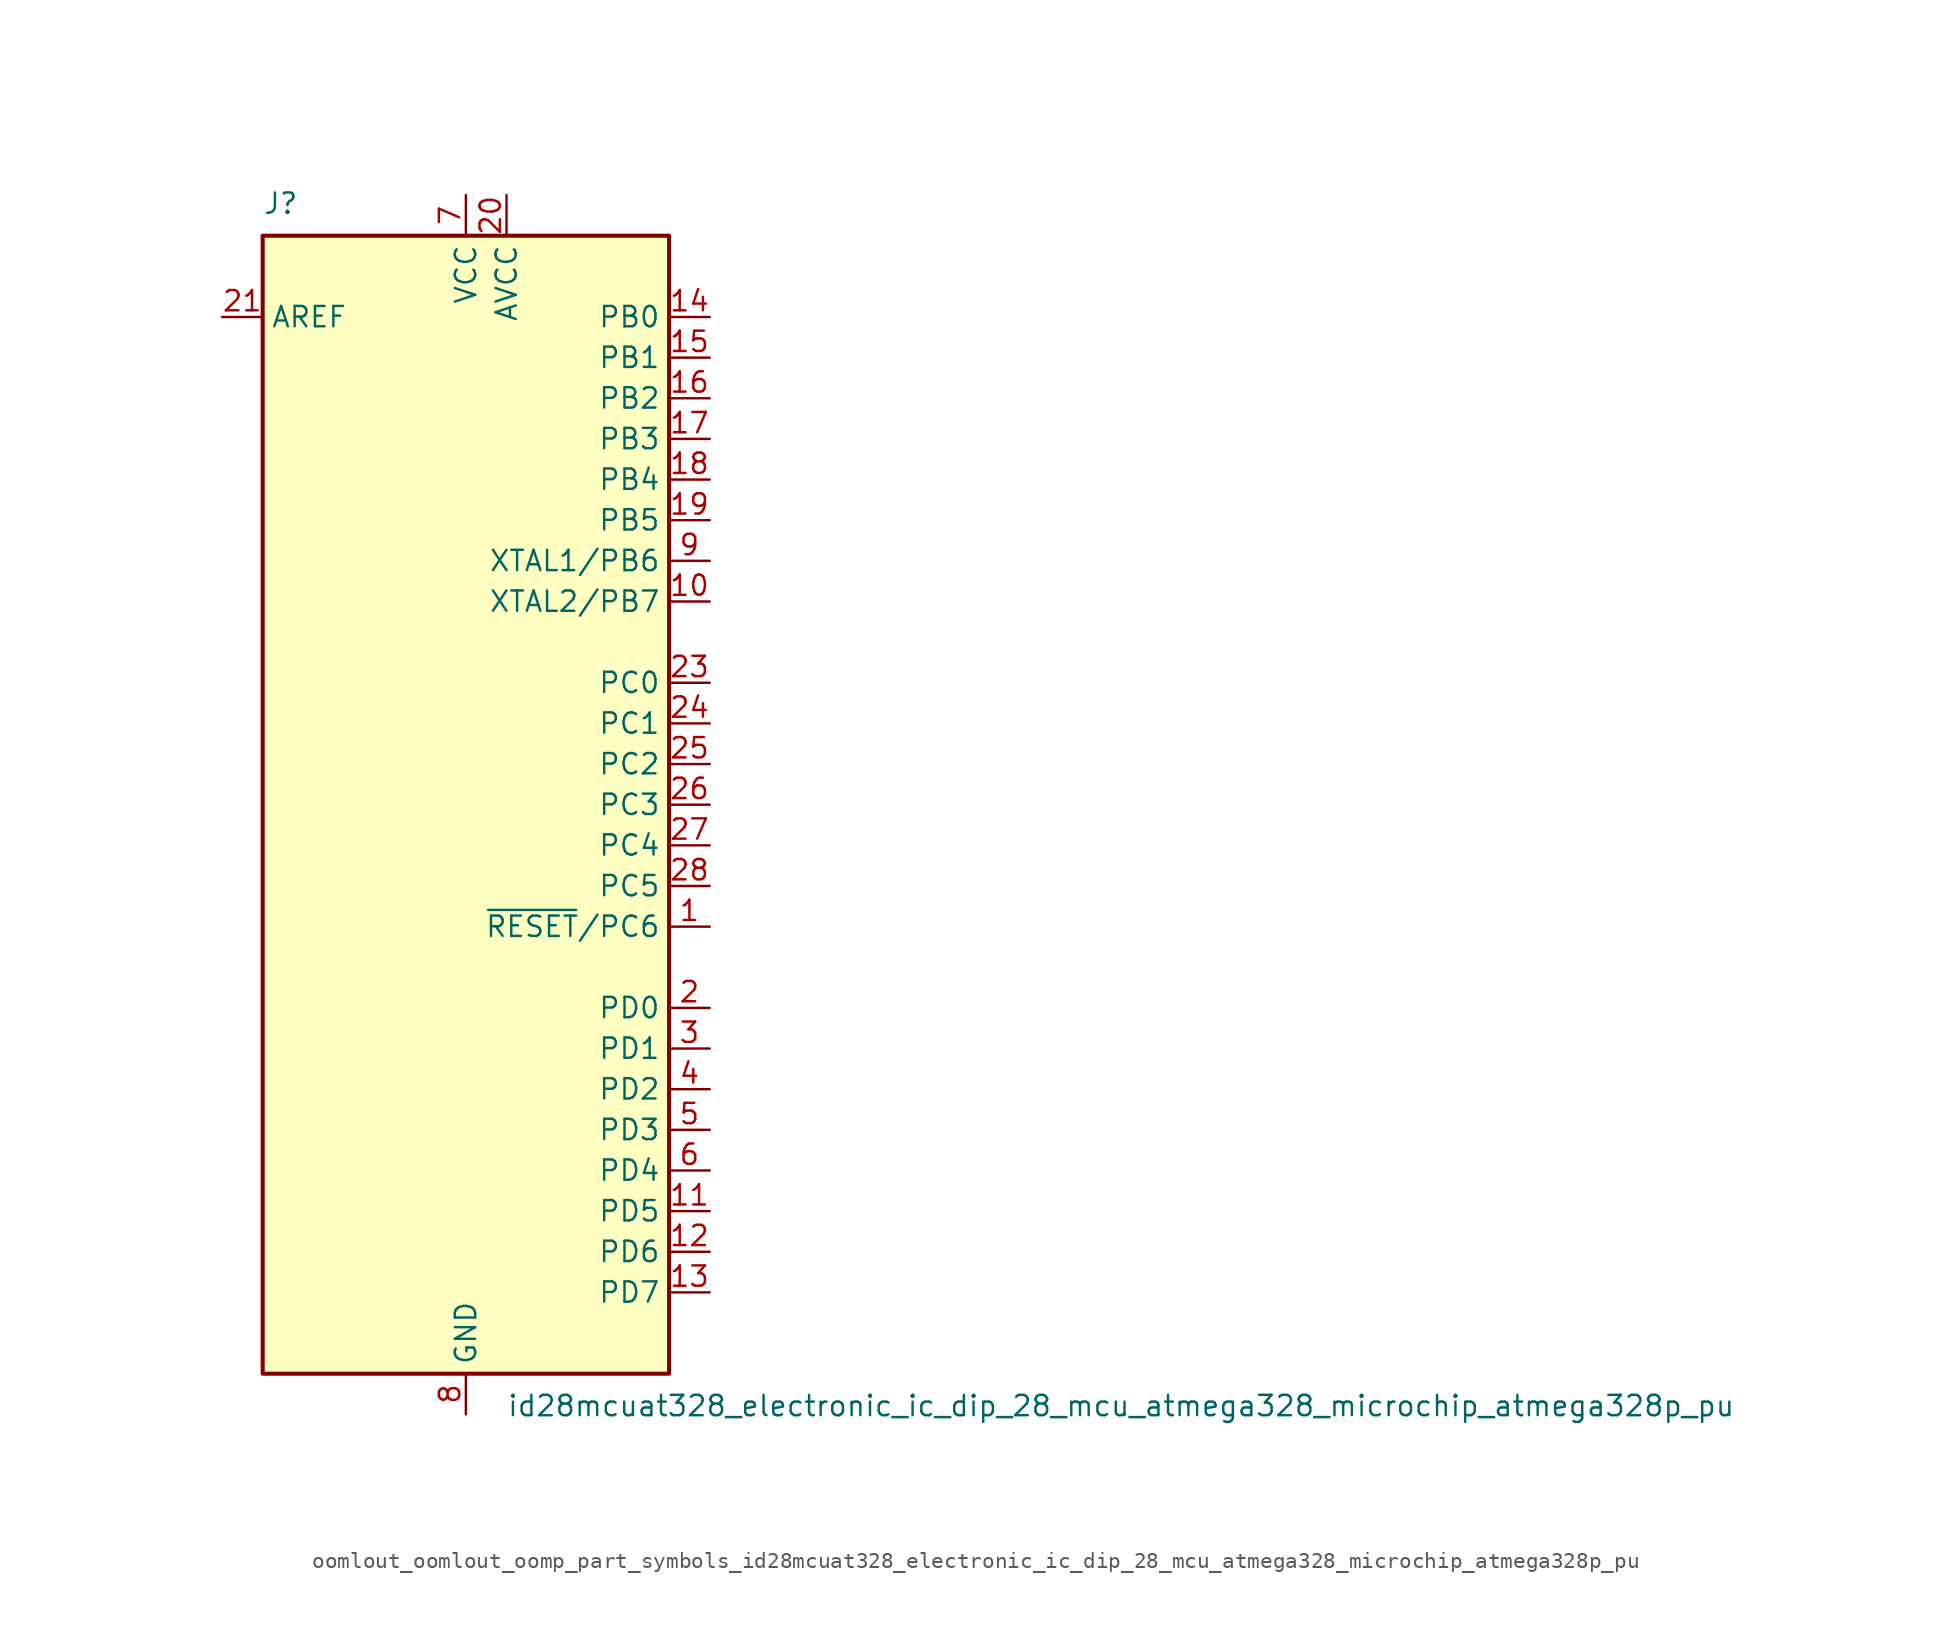
<source format=kicad_sym>
(kicad_symbol_lib
  (version 20220914)
  (generator kicad_symbol_editor)
  (symbol "oomlout_oomlout_oomp_part_symbols_id28mcuat328_electronic_ic_dip_28_mcu_atmega328_microchip_atmega328p_pu"
    (property "Reference" "J"
      (at -12.7 36.83 0)
      (effects (font (size 1.27 1.27)) (justify left bottom)))
    (property "Value" "id28mcuat328_electronic_ic_dip_28_mcu_atmega328_microchip_atmega328p_pu"
      (at 2.54 -36.83 0)
      (effects (font (size 1.27 1.27)) (justify left top)))
    (symbol "oomlout_oomlout_oomp_part_symbols_id28mcuat328_electronic_ic_dip_28_mcu_atmega328_microchip_atmega328p_pu_0_1"
      (rectangle (start -12.7 -35.56) (end 12.7 35.56) (stroke (width 0.254) (type default)) (fill (type background))))
    (symbol "oomlout_oomlout_oomp_part_symbols_id28mcuat328_electronic_ic_dip_28_mcu_atmega328_microchip_atmega328p_pu_1_1"
      (pin bidirectional line (at 15.24 -7.62 180) (length 2.54) (name "~{RESET}/PC6" (effects (font (size 1.27 1.27)))) (number "1" (effects (font (size 1.27 1.27)))))
      (pin bidirectional line (at 15.24 12.7 180) (length 2.54) (name "XTAL2/PB7" (effects (font (size 1.27 1.27)))) (number "10" (effects (font (size 1.27 1.27)))))
      (pin bidirectional line (at 15.24 -25.4 180) (length 2.54) (name "PD5" (effects (font (size 1.27 1.27)))) (number "11" (effects (font (size 1.27 1.27)))))
      (pin bidirectional line (at 15.24 -27.94 180) (length 2.54) (name "PD6" (effects (font (size 1.27 1.27)))) (number "12" (effects (font (size 1.27 1.27)))))
      (pin bidirectional line (at 15.24 -30.48 180) (length 2.54) (name "PD7" (effects (font (size 1.27 1.27)))) (number "13" (effects (font (size 1.27 1.27)))))
      (pin bidirectional line (at 15.24 30.48 180) (length 2.54) (name "PB0" (effects (font (size 1.27 1.27)))) (number "14" (effects (font (size 1.27 1.27)))))
      (pin bidirectional line (at 15.24 27.94 180) (length 2.54) (name "PB1" (effects (font (size 1.27 1.27)))) (number "15" (effects (font (size 1.27 1.27)))))
      (pin bidirectional line (at 15.24 25.4 180) (length 2.54) (name "PB2" (effects (font (size 1.27 1.27)))) (number "16" (effects (font (size 1.27 1.27)))))
      (pin bidirectional line (at 15.24 22.86 180) (length 2.54) (name "PB3" (effects (font (size 1.27 1.27)))) (number "17" (effects (font (size 1.27 1.27)))))
      (pin bidirectional line (at 15.24 20.32 180) (length 2.54) (name "PB4" (effects (font (size 1.27 1.27)))) (number "18" (effects (font (size 1.27 1.27)))))
      (pin bidirectional line (at 15.24 17.78 180) (length 2.54) (name "PB5" (effects (font (size 1.27 1.27)))) (number "19" (effects (font (size 1.27 1.27)))))
      (pin bidirectional line (at 15.24 -12.7 180) (length 2.54) (name "PD0" (effects (font (size 1.27 1.27)))) (number "2" (effects (font (size 1.27 1.27)))))
      (pin power_in line (at 2.54 38.1 270) (length 2.54) (name "AVCC" (effects (font (size 1.27 1.27)))) (number "20" (effects (font (size 1.27 1.27)))))
      (pin passive line (at -15.24 30.48 0) (length 2.54) (name "AREF" (effects (font (size 1.27 1.27)))) (number "21" (effects (font (size 1.27 1.27)))))
      (pin passive line (at 0 -38.1 90) (length 2.54) hide (name "GND" (effects (font (size 1.27 1.27)))) (number "22" (effects (font (size 1.27 1.27)))))
      (pin bidirectional line (at 15.24 7.62 180) (length 2.54) (name "PC0" (effects (font (size 1.27 1.27)))) (number "23" (effects (font (size 1.27 1.27)))))
      (pin bidirectional line (at 15.24 5.08 180) (length 2.54) (name "PC1" (effects (font (size 1.27 1.27)))) (number "24" (effects (font (size 1.27 1.27)))))
      (pin bidirectional line (at 15.24 2.54 180) (length 2.54) (name "PC2" (effects (font (size 1.27 1.27)))) (number "25" (effects (font (size 1.27 1.27)))))
      (pin bidirectional line (at 15.24 0 180) (length 2.54) (name "PC3" (effects (font (size 1.27 1.27)))) (number "26" (effects (font (size 1.27 1.27)))))
      (pin bidirectional line (at 15.24 -2.54 180) (length 2.54) (name "PC4" (effects (font (size 1.27 1.27)))) (number "27" (effects (font (size 1.27 1.27)))))
      (pin bidirectional line (at 15.24 -5.08 180) (length 2.54) (name "PC5" (effects (font (size 1.27 1.27)))) (number "28" (effects (font (size 1.27 1.27)))))
      (pin bidirectional line (at 15.24 -15.24 180) (length 2.54) (name "PD1" (effects (font (size 1.27 1.27)))) (number "3" (effects (font (size 1.27 1.27)))))
      (pin bidirectional line (at 15.24 -17.78 180) (length 2.54) (name "PD2" (effects (font (size 1.27 1.27)))) (number "4" (effects (font (size 1.27 1.27)))))
      (pin bidirectional line (at 15.24 -20.32 180) (length 2.54) (name "PD3" (effects (font (size 1.27 1.27)))) (number "5" (effects (font (size 1.27 1.27)))))
      (pin bidirectional line (at 15.24 -22.86 180) (length 2.54) (name "PD4" (effects (font (size 1.27 1.27)))) (number "6" (effects (font (size 1.27 1.27)))))
      (pin power_in line (at 0 38.1 270) (length 2.54) (name "VCC" (effects (font (size 1.27 1.27)))) (number "7" (effects (font (size 1.27 1.27)))))
      (pin power_in line (at 0 -38.1 90) (length 2.54) (name "GND" (effects (font (size 1.27 1.27)))) (number "8" (effects (font (size 1.27 1.27)))))
      (pin bidirectional line (at 15.24 15.24 180) (length 2.54) (name "XTAL1/PB6" (effects (font (size 1.27 1.27)))) (number "9" (effects (font (size 1.27 1.27))))))))
</source>
